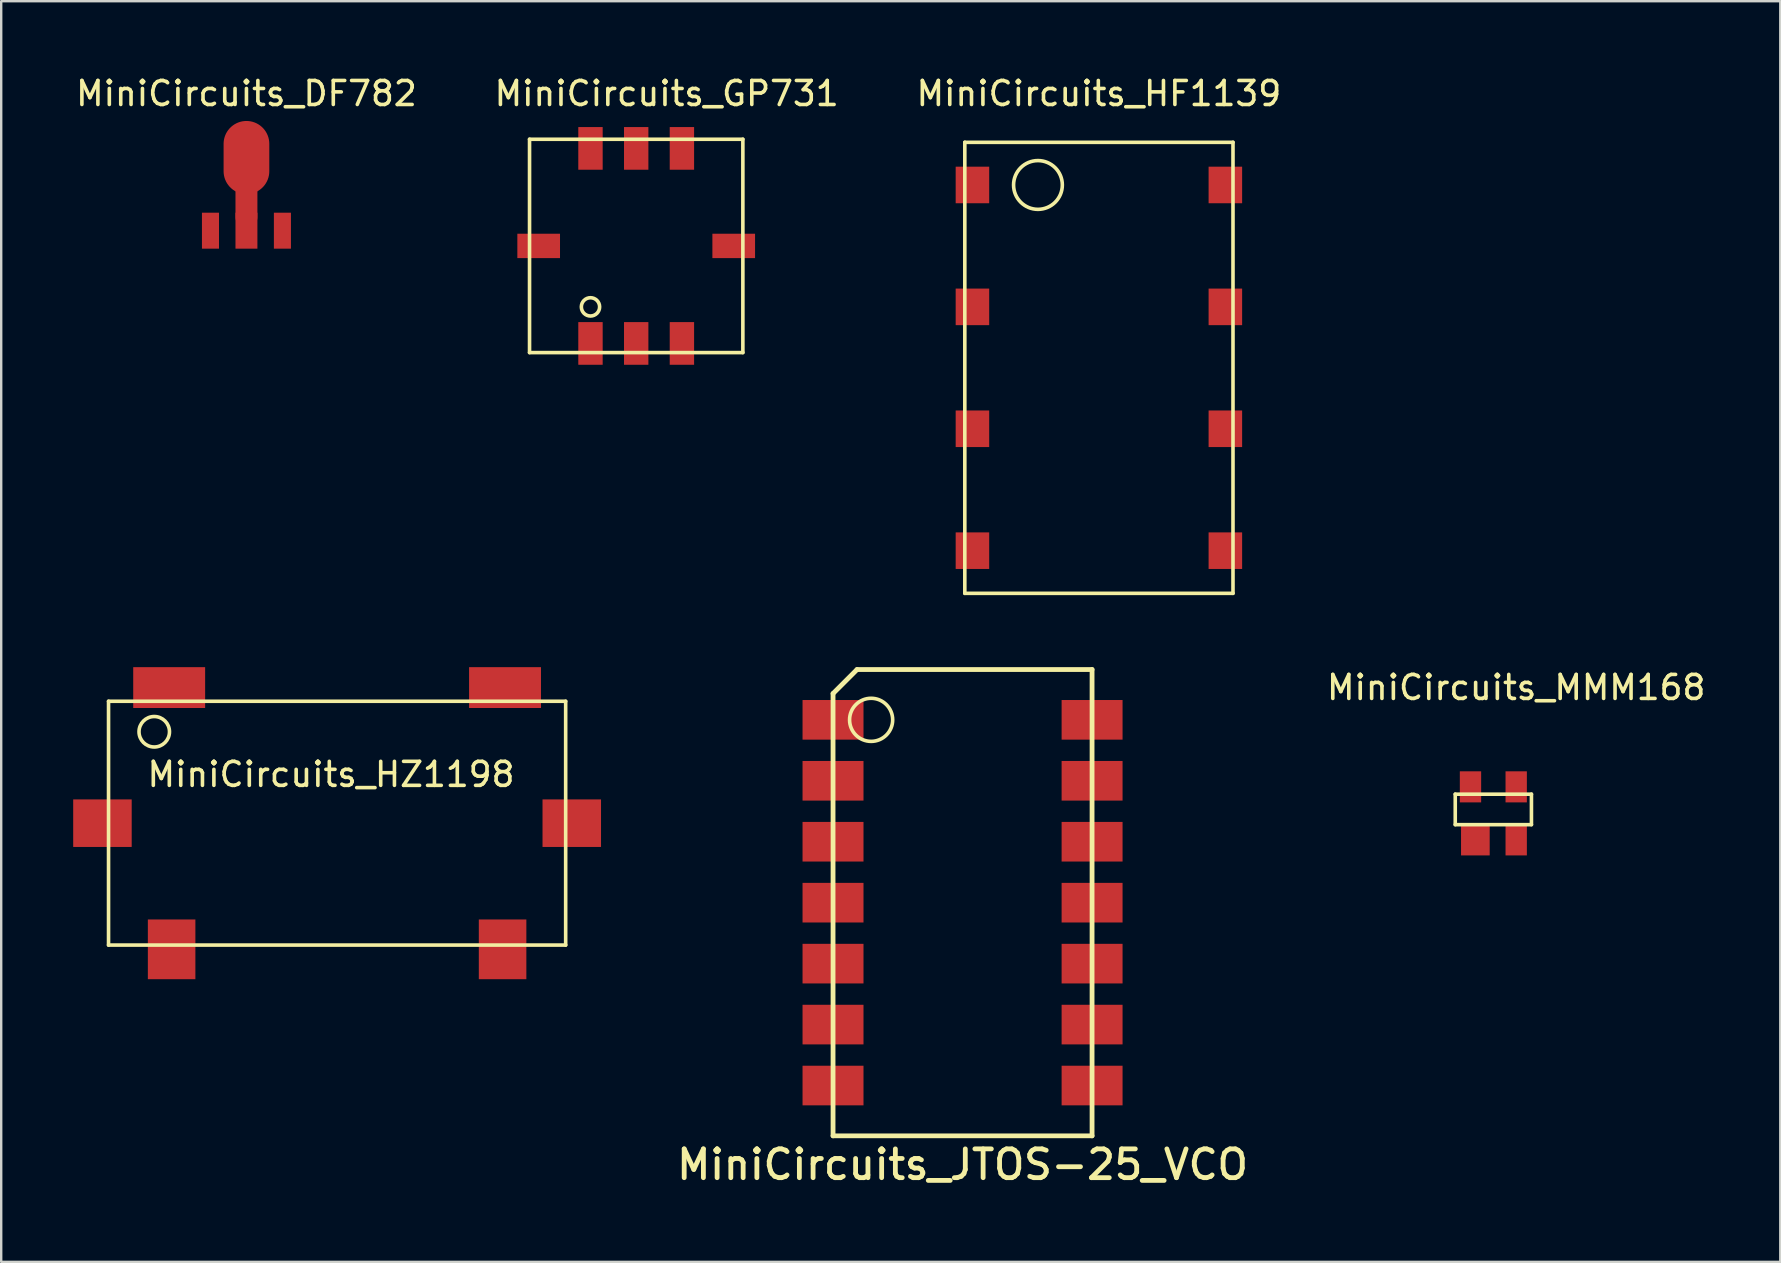
<source format=kicad_pcb>
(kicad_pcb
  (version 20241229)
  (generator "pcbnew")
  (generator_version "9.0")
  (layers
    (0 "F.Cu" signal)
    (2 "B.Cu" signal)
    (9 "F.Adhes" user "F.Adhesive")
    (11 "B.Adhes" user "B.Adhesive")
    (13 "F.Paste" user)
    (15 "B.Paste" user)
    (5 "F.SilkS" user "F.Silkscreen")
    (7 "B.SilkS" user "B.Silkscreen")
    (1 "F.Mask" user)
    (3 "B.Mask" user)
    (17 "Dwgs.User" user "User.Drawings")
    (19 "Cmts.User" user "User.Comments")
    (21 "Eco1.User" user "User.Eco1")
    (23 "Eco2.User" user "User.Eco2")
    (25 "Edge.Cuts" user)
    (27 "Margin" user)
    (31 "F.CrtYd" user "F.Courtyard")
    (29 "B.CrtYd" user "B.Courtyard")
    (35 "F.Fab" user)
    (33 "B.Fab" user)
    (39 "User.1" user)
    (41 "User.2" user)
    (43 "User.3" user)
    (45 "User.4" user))
  (footprint "MiniCircuits_MMM168"
    (layer "F.Cu")
    (at 60.134 31.95)
    (property "Reference" "MiniCircuits_MMM168" (at 0 -6.35 0) (layer "F.SilkS") (effects (font (size 1 1) (thickness 0.15))))
    (attr through_hole)
    (fp_line (start -2.54 -1.905) (end 0.635 -1.905) (stroke (width 0.15) (type solid)) (layer "F.SilkS"))
    (fp_line (start -2.54 -0.635) (end -2.54 -1.905) (stroke (width 0.15) (type solid)) (layer "F.SilkS"))
    (fp_line (start 0.635 -1.905) (end 0.635 -0.635) (stroke (width 0.15) (type solid)) (layer "F.SilkS"))
    (fp_line (start 0.635 -0.635) (end -2.54 -0.635) (stroke (width 0.15) (type solid)) (layer "F.SilkS"))
    (pad "1" smd rect (at 0 -2.21) (size 0.889 1.295) (layers "F.Cu" "F.Mask" "F.Paste"))
    (pad "2" smd rect (at 0 0) (size 0.889 1.295) (layers "F.Cu" "F.Mask" "F.Paste"))
    (pad "3" smd rect (at -1.702 0) (size 1.194 1.295) (layers "F.Cu" "F.Mask" "F.Paste"))
    (pad "4" smd rect (at -1.905 -2.21) (size 0.889 1.295) (layers "F.Cu" "F.Mask" "F.Paste")))
  (footprint "MiniCircuits_DF782"
    (layer "F.Cu")
    (at 7.22 6.563)
    (property "Reference" "MiniCircuits_DF782" (at 0 -5.715 0) (layer "F.SilkS") (effects (font (size 1 1) (thickness 0.15))))
    (attr through_hole)
    (fp_line (start 0 -0.559) (end 0 -2.032) (stroke (width 0.914) (type solid)) (layer "F.Cu"))
    (pad "1" smd rect (at -1.499 0) (size 0.711 1.499) (layers "F.Cu" "F.Mask" "F.Paste"))
    (pad "2" smd rect (at 0 0) (size 0.914 1.499) (layers "F.Cu" "F.Mask" "F.Paste"))
    (pad "3" smd rect (at 1.499 0) (size 0.711 1.499) (layers "F.Cu" "F.Mask" "F.Paste"))
    (pad "4" smd oval (at 0 -3.048) (size 1.905 3.048) (layers "F.Cu" "F.Mask" "F.Paste")))
  (footprint "MiniCircuits_HF1139"
    (layer "F.Cu")
    (at 42.744 4.658)
    (property "Reference" "MiniCircuits_HF1139" (at 0 -3.81 0) (layer "F.SilkS") (effects (font (size 1 1) (thickness 0.15))))
    (attr through_hole)
    (fp_line (start -5.588 -1.778) (end 5.588 -1.778) (stroke (width 0.15) (type solid)) (layer "F.SilkS"))
    (fp_line (start -5.588 17.018) (end -5.588 -1.778) (stroke (width 0.15) (type solid)) (layer "F.SilkS"))
    (fp_line (start 5.588 -1.778) (end 5.588 17.018) (stroke (width 0.15) (type solid)) (layer "F.SilkS"))
    (fp_line (start 5.588 17.018) (end -5.588 17.018) (stroke (width 0.15) (type solid)) (layer "F.SilkS"))
    (fp_circle (center -2.54 0) (end -1.524 0) (stroke (width 0.15) (type solid)) (fill no) (layer "F.SilkS"))
    (pad "1" smd rect (at -5.969 0) (size 1.397 1.524) (drill (offset 0.699 0)) (layers "F.Cu" "F.Mask" "F.Paste"))
    (pad "2" smd rect (at 5.969 0) (size 1.397 1.524) (drill (offset -0.699 0)) (layers "F.Cu" "F.Mask" "F.Paste"))
    (pad "3" smd rect (at -5.969 5.08) (size 1.397 1.524) (drill (offset 0.699 0)) (layers "F.Cu" "F.Mask" "F.Paste"))
    (pad "4" smd rect (at 5.969 5.08) (size 1.397 1.524) (drill (offset -0.699 0)) (layers "F.Cu" "F.Mask" "F.Paste"))
    (pad "5" smd rect (at -5.969 10.16) (size 1.397 1.524) (drill (offset 0.699 0)) (layers "F.Cu" "F.Mask" "F.Paste"))
    (pad "6" smd rect (at 5.969 10.16) (size 1.397 1.524) (drill (offset -0.699 0)) (layers "F.Cu" "F.Mask" "F.Paste"))
    (pad "7" smd rect (at -5.969 15.24) (size 1.397 1.524) (drill (offset 0.699 0)) (layers "F.Cu" "F.Mask" "F.Paste"))
    (pad "8" smd rect (at 5.969 15.24) (size 1.397 1.524) (drill (offset -0.699 0)) (layers "F.Cu" "F.Mask" "F.Paste")))
  (footprint "MiniCircuits_JTOS-25_VCO"
    (layer "F.Cu")
    (at 37.062 34.567)
    (property "Reference" "MiniCircuits_JTOS-25_VCO" (at 0 10.915 0) (layer "F.SilkS") (effects (font (size 1.2 1.2) (thickness 0.2))))
    (attr through_hole)
    (fp_line (start -5.397 -8.716) (end -5.397 9.716) (stroke (width 0.2) (type solid)) (layer "F.SilkS"))
    (fp_line (start -5.397 9.716) (end 5.397 9.716) (stroke (width 0.2) (type solid)) (layer "F.SilkS"))
    (fp_line (start -4.397 -9.716) (end -5.397 -8.716) (stroke (width 0.2) (type solid)) (layer "F.SilkS"))
    (fp_line (start 5.397 -9.716) (end -4.397 -9.716) (stroke (width 0.2) (type solid)) (layer "F.SilkS"))
    (fp_line (start 5.397 9.716) (end 5.397 -9.716) (stroke (width 0.2) (type solid)) (layer "F.SilkS"))
    (fp_circle (center -3.81 -7.62) (end -3.175 -6.985) (stroke (width 0.15) (type solid)) (fill no) (layer "F.SilkS"))
    (pad "1" smd rect (at -6.668 -7.62) (size 2.54 1.651) (drill (offset 1.27 0)) (layers "F.Cu" "F.Mask" "F.Paste"))
    (pad "2" smd rect (at -6.668 -5.08) (size 2.54 1.651) (drill (offset 1.27 0)) (layers "F.Cu" "F.Mask" "F.Paste"))
    (pad "3" smd rect (at -6.668 -2.54) (size 2.54 1.651) (drill (offset 1.27 0)) (layers "F.Cu" "F.Mask" "F.Paste"))
    (pad "4" smd rect (at -6.668 0) (size 2.54 1.651) (drill (offset 1.27 0)) (layers "F.Cu" "F.Mask" "F.Paste"))
    (pad "5" smd rect (at -6.668 2.54) (size 2.54 1.651) (drill (offset 1.27 0)) (layers "F.Cu" "F.Mask" "F.Paste"))
    (pad "6" smd rect (at -6.668 5.08) (size 2.54 1.651) (drill (offset 1.27 0)) (layers "F.Cu" "F.Mask" "F.Paste"))
    (pad "7" smd rect (at -6.668 7.62) (size 2.54 1.651) (drill (offset 1.27 0)) (layers "F.Cu" "F.Mask" "F.Paste"))
    (pad "8" smd rect (at 6.668 7.62) (size 2.54 1.651) (drill (offset -1.27 0)) (layers "F.Cu" "F.Mask" "F.Paste"))
    (pad "9" smd rect (at 6.668 5.08) (size 2.54 1.651) (drill (offset -1.27 0)) (layers "F.Cu" "F.Mask" "F.Paste"))
    (pad "10" smd rect (at 6.668 2.54) (size 2.54 1.651) (drill (offset -1.27 0)) (layers "F.Cu" "F.Mask" "F.Paste"))
    (pad "11" smd rect (at 6.668 0) (size 2.54 1.651) (drill (offset -1.27 0)) (layers "F.Cu" "F.Mask" "F.Paste"))
    (pad "12" smd rect (at 6.668 -2.54) (size 2.54 1.651) (drill (offset -1.27 0)) (layers "F.Cu" "F.Mask" "F.Paste"))
    (pad "13" smd rect (at 6.668 -5.08) (size 2.54 1.651) (drill (offset -1.27 0)) (layers "F.Cu" "F.Mask" "F.Paste"))
    (pad "14" smd rect (at 6.668 -7.62) (size 2.54 1.651) (drill (offset -1.27 0)) (layers "F.Cu" "F.Mask" "F.Paste")))
  (footprint "MiniCircuits_GP731"
    (layer "F.Cu")
    (at 23.462 7.198)
    (property "Reference" "MiniCircuits_GP731" (at 1.27 -6.35 0) (layer "F.SilkS") (effects (font (size 1 1) (thickness 0.15))))
    (attr through_hole)
    (fp_line (start -4.445 -4.445) (end 4.445 -4.445) (stroke (width 0.15) (type solid)) (layer "F.SilkS"))
    (fp_line (start -4.445 4.445) (end -4.445 -4.445) (stroke (width 0.15) (type solid)) (layer "F.SilkS"))
    (fp_line (start 4.445 -4.445) (end 4.445 4.445) (stroke (width 0.15) (type solid)) (layer "F.SilkS"))
    (fp_line (start 4.445 4.445) (end -4.445 4.445) (stroke (width 0.15) (type solid)) (layer "F.SilkS"))
    (fp_circle (center -1.905 2.54) (end -2.286 2.54) (stroke (width 0.15) (type solid)) (fill no) (layer "F.SilkS"))
    (pad "1" smd rect (at -1.905 4.953 270) (size 1.778 1.016) (drill (offset -0.889 0)) (layers "F.Cu" "F.Mask" "F.Paste"))
    (pad "2" smd rect (at 0 4.953 270) (size 1.778 1.016) (drill (offset -0.889 0)) (layers "F.Cu" "F.Mask" "F.Paste"))
    (pad "3" smd rect (at 1.905 4.953 270) (size 1.778 1.016) (drill (offset -0.889 0)) (layers "F.Cu" "F.Mask" "F.Paste"))
    (pad "4" smd rect (at 4.953 0) (size 1.778 1.016) (drill (offset -0.889 0)) (layers "F.Cu" "F.Mask" "F.Paste"))
    (pad "5" smd rect (at 1.905 -4.953 90) (size 1.778 1.016) (drill (offset -0.889 0)) (layers "F.Cu" "F.Mask" "F.Paste"))
    (pad "6" smd rect (at 0 -4.953 90) (size 1.778 1.016) (drill (offset -0.889 0)) (layers "F.Cu" "F.Mask" "F.Paste"))
    (pad "7" smd rect (at -1.905 -4.953 90) (size 1.778 1.016) (drill (offset -0.889 0)) (layers "F.Cu" "F.Mask" "F.Paste"))
    (pad "8" smd rect (at -4.953 0) (size 1.778 1.016) (drill (offset 0.889 0)) (layers "F.Cu" "F.Mask" "F.Paste")))
  (footprint "MiniCircuits_HZ1198"
    (layer "F.Cu")
    (at 10.998 31.254)
    (property "Reference" "MiniCircuits_HZ1198" (at -0.254 -2.032 0) (layer "F.SilkS") (effects (font (size 1 1) (thickness 0.15))))
    (attr through_hole)
    (fp_line (start -9.525 -5.08) (end 9.525 -5.08) (stroke (width 0.15) (type solid)) (layer "F.SilkS"))
    (fp_line (start -9.525 5.08) (end -9.525 -5.08) (stroke (width 0.15) (type solid)) (layer "F.SilkS"))
    (fp_line (start 9.525 -5.08) (end 9.525 5.08) (stroke (width 0.15) (type solid)) (layer "F.SilkS"))
    (fp_line (start 9.525 5.08) (end -9.525 5.08) (stroke (width 0.15) (type solid)) (layer "F.SilkS"))
    (fp_circle (center -7.62 -3.81) (end -7.62 -3.175) (stroke (width 0.15) (type solid)) (fill no) (layer "F.SilkS"))
    (pad "1" smd rect (at -6.998 -6.502) (size 2.997 1.702) (drill (offset 0 0.851)) (layers "F.Cu" "F.Mask" "F.Paste"))
    (pad "2" smd rect (at 6.998 -6.502) (size 2.997 1.702) (drill (offset 0 0.851)) (layers "F.Cu" "F.Mask" "F.Paste"))
    (pad "3" smd rect (at 10.998 0) (size 2.438 1.981) (drill (offset -1.219 0)) (layers "F.Cu" "F.Mask" "F.Paste"))
    (pad "4" smd rect (at 6.896 6.502) (size 1.981 2.489) (drill (offset 0 -1.245)) (layers "F.Cu" "F.Mask" "F.Paste"))
    (pad "5" smd rect (at -6.896 6.502) (size 1.981 2.489) (drill (offset 0 -1.245)) (layers "F.Cu" "F.Mask" "F.Paste"))
    (pad "6" smd rect (at -10.998 0) (size 2.438 1.981) (drill (offset 1.219 0)) (layers "F.Cu" "F.Mask" "F.Paste")))
  (gr_rect
    (start -3 -3)
    (end 71.14 49.535)
    (stroke (width 0.1) (type default))
    (fill no)
    (layer "Edge.Cuts")))
</source>
